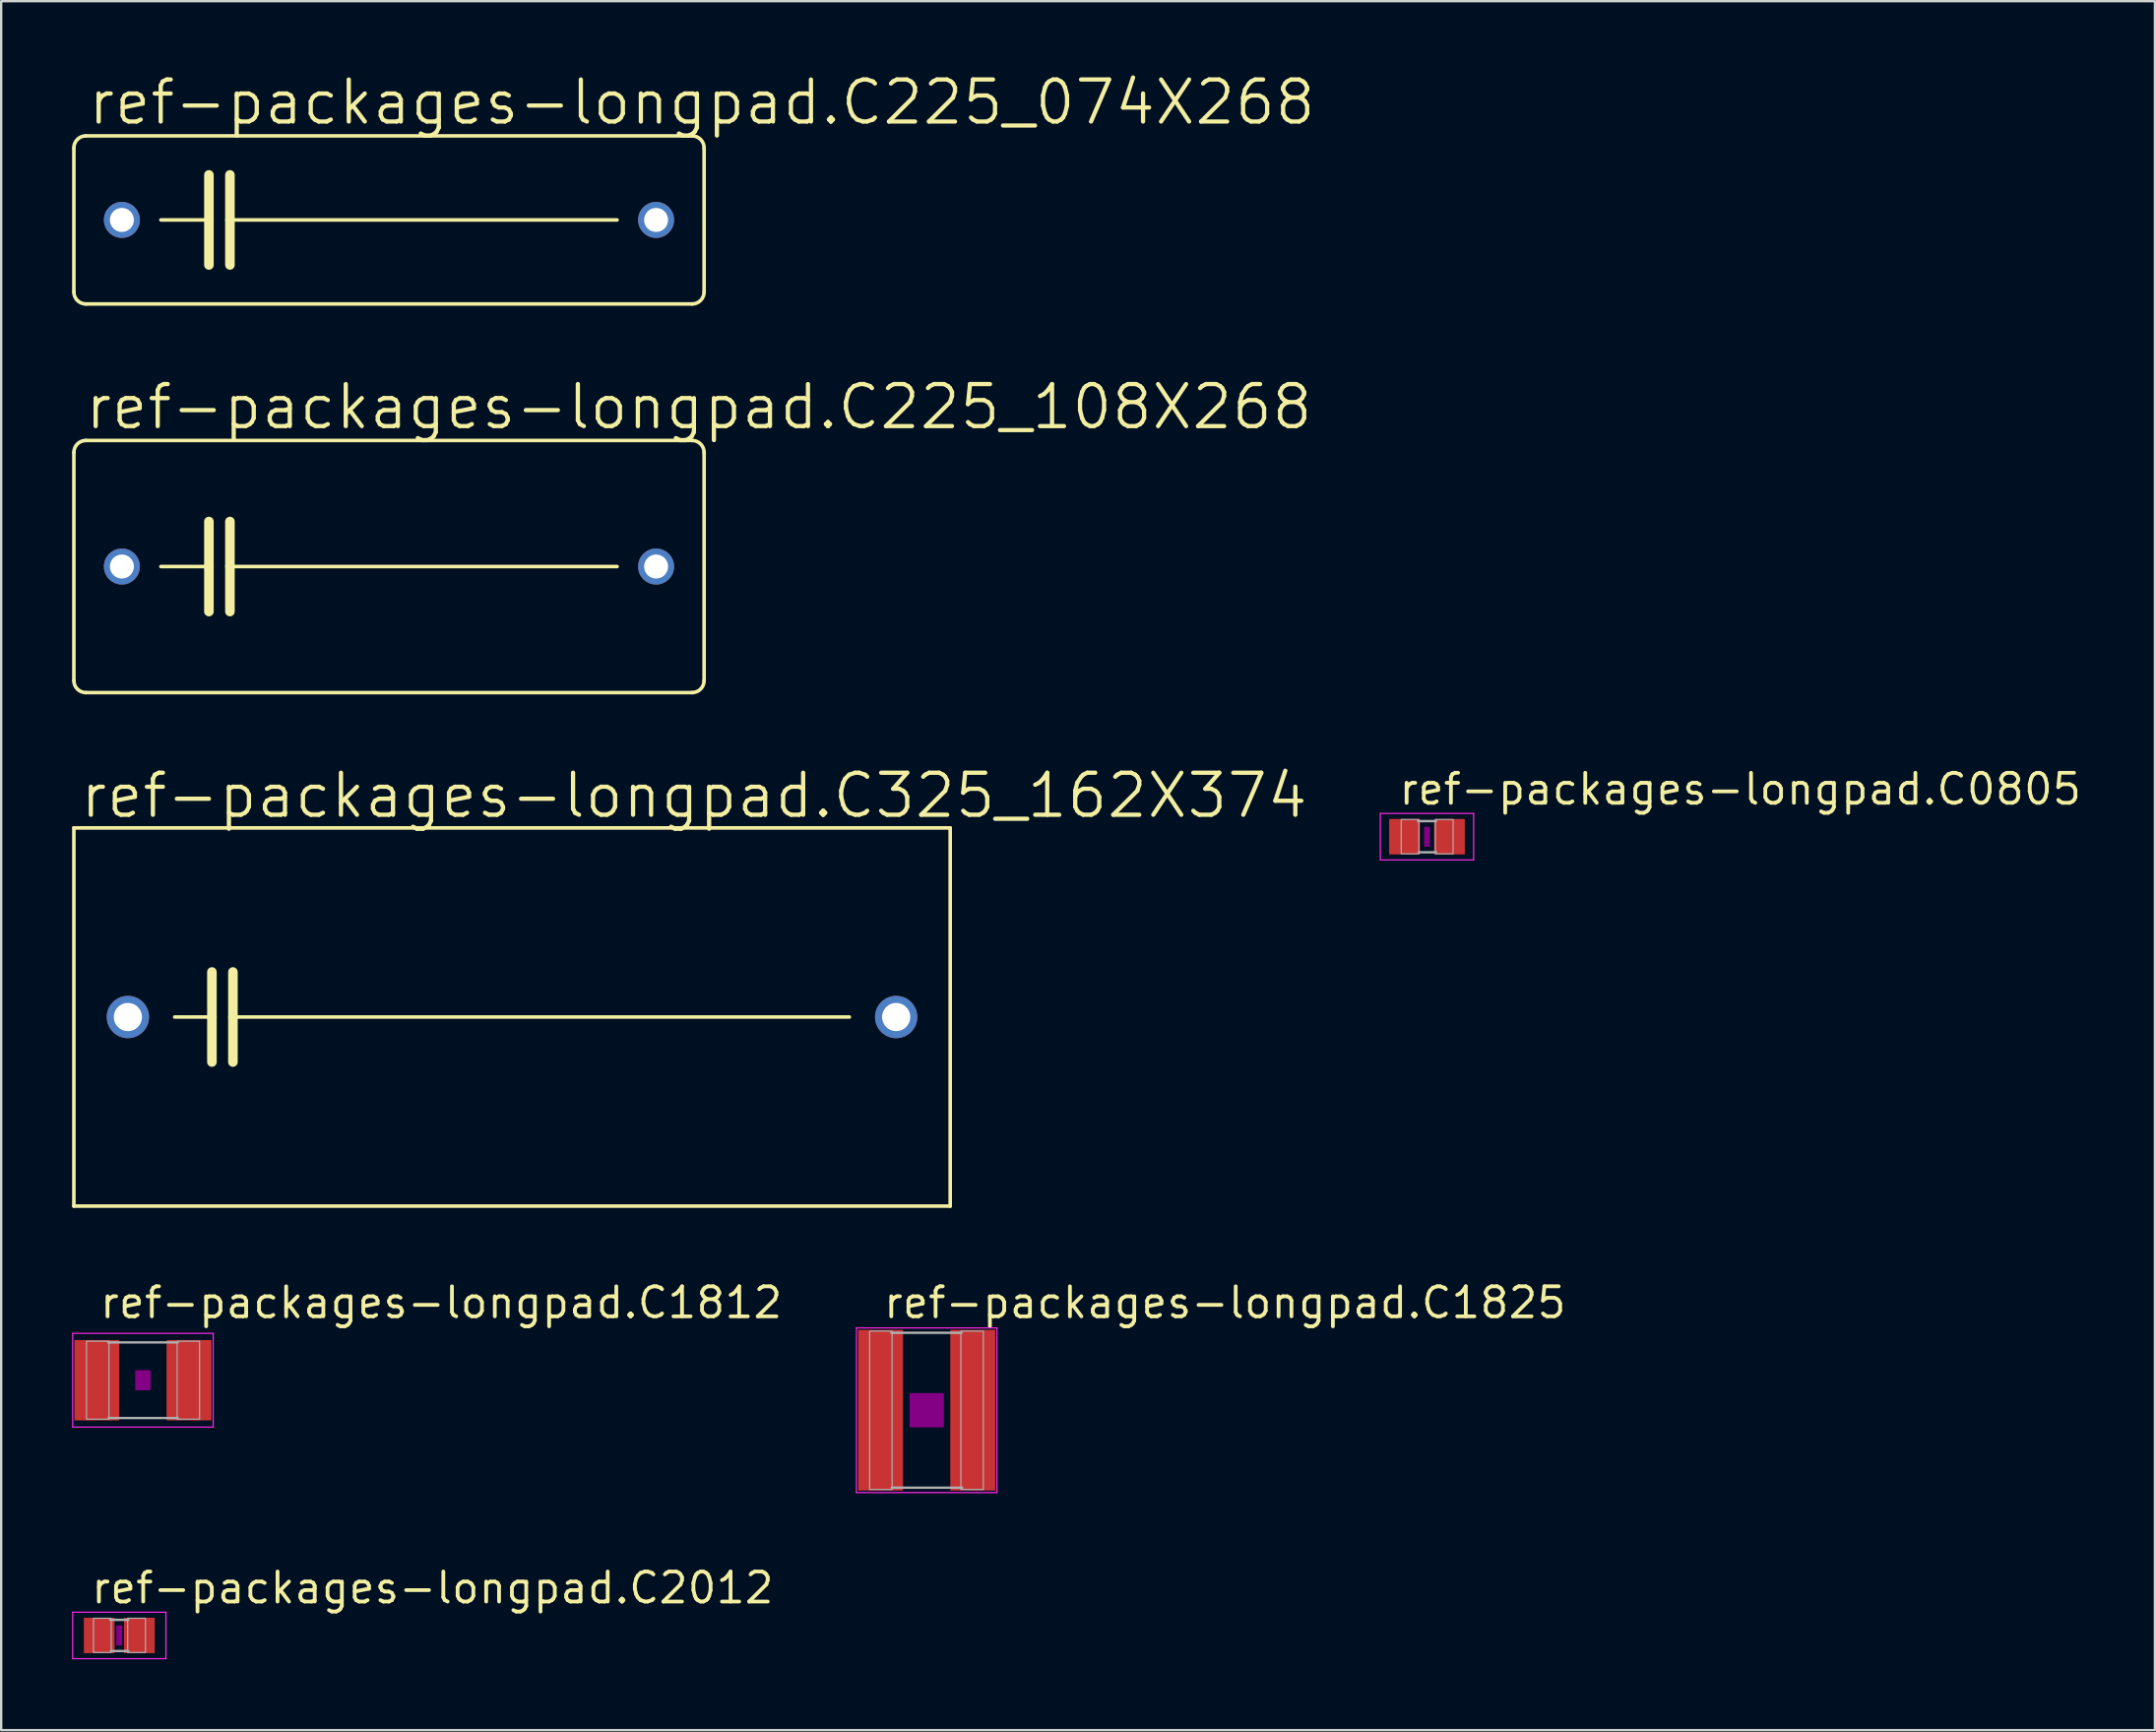
<source format=kicad_pcb>
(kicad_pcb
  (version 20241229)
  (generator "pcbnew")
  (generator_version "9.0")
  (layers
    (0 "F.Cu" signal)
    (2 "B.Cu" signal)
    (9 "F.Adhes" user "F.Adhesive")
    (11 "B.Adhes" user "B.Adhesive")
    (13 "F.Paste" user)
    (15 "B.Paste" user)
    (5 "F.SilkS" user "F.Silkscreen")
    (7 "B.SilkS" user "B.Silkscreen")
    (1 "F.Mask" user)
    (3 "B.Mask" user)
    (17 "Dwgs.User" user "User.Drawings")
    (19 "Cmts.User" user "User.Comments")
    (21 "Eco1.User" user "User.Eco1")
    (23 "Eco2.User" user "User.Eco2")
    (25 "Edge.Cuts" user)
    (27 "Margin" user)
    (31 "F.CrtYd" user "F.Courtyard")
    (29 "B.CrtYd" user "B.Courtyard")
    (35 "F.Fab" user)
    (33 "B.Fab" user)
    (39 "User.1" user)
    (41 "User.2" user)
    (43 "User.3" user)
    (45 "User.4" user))
  (footprint "ref-packages-longpad.C2012"
    (layer "F.Cu")
    (at 1.998 66.145)
    (property "Reference" "ref-packages-longpad.C2012" (at -1.27 -1.27 0) (layer "F.SilkS") (effects (font (size 1.27 1.27) (thickness 0.16)) (justify left bottom)))
    (attr smd)
    (fp_rect (start -0.1 0.4) (end 0.1 -0.4) (stroke (width 0.05) (type default)) (fill yes) (layer "F.Adhes"))
    (fp_line (start -1.973 -0.983) (end 1.973 -0.983) (stroke (width 0.051) (type default)) (layer "F.CrtYd"))
    (fp_line (start -1.973 0.983) (end -1.973 -0.983) (stroke (width 0.051) (type default)) (layer "F.CrtYd"))
    (fp_line (start 1.973 -0.983) (end 1.973 0.983) (stroke (width 0.051) (type default)) (layer "F.CrtYd"))
    (fp_line (start 1.973 0.983) (end -1.973 0.983) (stroke (width 0.051) (type default)) (layer "F.CrtYd"))
    (fp_line (start -0.381 -0.66) (end 0.381 -0.66) (stroke (width 0.102) (type default)) (layer "F.Fab"))
    (fp_line (start -0.356 0.66) (end 0.381 0.66) (stroke (width 0.102) (type default)) (layer "F.Fab"))
    (fp_rect (start -1.092 0.724) (end -0.342 -0.726) (stroke (width 0.05) (type default)) (fill no) (layer "F.Fab"))
    (fp_rect (start 0.356 0.724) (end 1.106 -0.726) (stroke (width 0.05) (type default)) (fill no) (layer "F.Fab"))
    (pad "1" smd roundrect (at -0.85 0) (size 1.3 1.5) (layers "F.Cu" "F.Mask" "F.Paste") (roundrect_rratio 0.01))
    (pad "2" smd roundrect (at 0.85 0) (size 1.3 1.5) (layers "F.Cu" "F.Mask" "F.Paste") (roundrect_rratio 0.01)))
  (footprint "ref-packages-longpad.C1812"
    (layer "F.Cu")
    (at 2.998 55.347)
    (property "Reference" "ref-packages-longpad.C1812" (at -1.905 -2.54 0) (layer "F.SilkS") (effects (font (size 1.27 1.27) (thickness 0.16)) (justify left bottom)))
    (attr smd)
    (fp_rect (start -0.3 0.4) (end 0.3 -0.4) (stroke (width 0.05) (type default)) (fill yes) (layer "F.Adhes"))
    (fp_line (start -2.973 -1.983) (end 2.973 -1.983) (stroke (width 0.051) (type default)) (layer "F.CrtYd"))
    (fp_line (start -2.973 1.983) (end -2.973 -1.983) (stroke (width 0.051) (type default)) (layer "F.CrtYd"))
    (fp_line (start 2.973 -1.983) (end 2.973 1.983) (stroke (width 0.051) (type default)) (layer "F.CrtYd"))
    (fp_line (start 2.973 1.983) (end -2.973 1.983) (stroke (width 0.051) (type default)) (layer "F.CrtYd"))
    (fp_line (start -1.473 -1.6) (end 1.473 -1.6) (stroke (width 0.102) (type default)) (layer "F.Fab"))
    (fp_line (start -1.448 1.6) (end 1.473 1.6) (stroke (width 0.102) (type default)) (layer "F.Fab"))
    (fp_rect (start -2.388 1.651) (end -1.438 -1.649) (stroke (width 0.05) (type default)) (fill no) (layer "F.Fab"))
    (fp_rect (start 1.448 1.651) (end 2.398 -1.649) (stroke (width 0.05) (type default)) (fill no) (layer "F.Fab"))
    (pad "1" smd roundrect (at -1.95 0) (size 1.9 3.4) (layers "F.Cu" "F.Mask" "F.Paste") (roundrect_rratio 0.01))
    (pad "2" smd roundrect (at 1.95 0) (size 1.9 3.4) (layers "F.Cu" "F.Mask" "F.Paste") (roundrect_rratio 0.01)))
  (footprint "ref-packages-longpad.C325_162X374"
    (layer "F.Cu")
    (at 18.618 39.98)
    (property "Reference" "ref-packages-longpad.C325_162X374" (at -18.364 -8.331 0) (layer "F.SilkS") (effects (font (size 1.778 1.778) (thickness 0.18)) (justify left bottom)))
    (attr through_hole)
    (fp_line (start -18.542 -8.001) (end -18.542 8.001) (stroke (width 0.152) (type default)) (layer "F.SilkS"))
    (fp_line (start -18.542 8.001) (end 18.542 8.001) (stroke (width 0.152) (type default)) (layer "F.SilkS"))
    (fp_line (start -14.275 0) (end -12.7 0) (stroke (width 0.152) (type default)) (layer "F.SilkS"))
    (fp_line (start -12.7 -1.905) (end -12.7 0) (stroke (width 0.406) (type default)) (layer "F.SilkS"))
    (fp_line (start -12.7 0) (end -12.7 1.905) (stroke (width 0.406) (type default)) (layer "F.SilkS"))
    (fp_line (start -11.811 -1.905) (end -11.811 0) (stroke (width 0.406) (type default)) (layer "F.SilkS"))
    (fp_line (start -11.811 0) (end -11.811 1.905) (stroke (width 0.406) (type default)) (layer "F.SilkS"))
    (fp_line (start -11.811 0) (end 14.275 0) (stroke (width 0.152) (type default)) (layer "F.SilkS"))
    (fp_line (start 18.542 -8.001) (end -18.542 -8.001) (stroke (width 0.152) (type default)) (layer "F.SilkS"))
    (fp_line (start 18.542 -8.001) (end 18.542 8.001) (stroke (width 0.152) (type default)) (layer "F.SilkS"))
    (pad "1" thru_hole circle (at -16.256 0) (size 1.791 1.791) (drill 1.194) (layers "*.Cu" "*.Mask"))
    (pad "2" thru_hole circle (at 16.256 0) (size 1.791 1.791) (drill 1.194) (layers "*.Cu" "*.Mask")))
  (footprint "ref-packages-longpad.C0805"
    (layer "F.Cu")
    (at 57.337 32.35)
    (property "Reference" "ref-packages-longpad.C0805" (at -1.27 -1.27 0) (layer "F.SilkS") (effects (font (size 1.27 1.27) (thickness 0.16)) (justify left bottom)))
    (attr smd)
    (fp_rect (start -0.1 0.4) (end 0.1 -0.4) (stroke (width 0.05) (type default)) (fill yes) (layer "F.Adhes"))
    (fp_line (start -1.973 -0.983) (end 1.973 -0.983) (stroke (width 0.051) (type default)) (layer "F.CrtYd"))
    (fp_line (start -1.973 0.983) (end -1.973 -0.983) (stroke (width 0.051) (type default)) (layer "F.CrtYd"))
    (fp_line (start 1.973 -0.983) (end 1.973 0.983) (stroke (width 0.051) (type default)) (layer "F.CrtYd"))
    (fp_line (start 1.973 0.983) (end -1.973 0.983) (stroke (width 0.051) (type default)) (layer "F.CrtYd"))
    (fp_line (start -0.381 -0.66) (end 0.381 -0.66) (stroke (width 0.102) (type default)) (layer "F.Fab"))
    (fp_line (start -0.356 0.66) (end 0.381 0.66) (stroke (width 0.102) (type default)) (layer "F.Fab"))
    (fp_rect (start -1.092 0.724) (end -0.342 -0.726) (stroke (width 0.05) (type default)) (fill no) (layer "F.Fab"))
    (fp_rect (start 0.356 0.724) (end 1.106 -0.726) (stroke (width 0.05) (type default)) (fill no) (layer "F.Fab"))
    (pad "1" smd roundrect (at -0.95 0) (size 1.3 1.5) (layers "F.Cu" "F.Mask" "F.Paste") (roundrect_rratio 0.01))
    (pad "2" smd roundrect (at 0.95 0) (size 1.3 1.5) (layers "F.Cu" "F.Mask" "F.Paste") (roundrect_rratio 0.01)))
  (footprint "ref-packages-longpad.C1825"
    (layer "F.Cu")
    (at 36.165 56.617)
    (property "Reference" "ref-packages-longpad.C1825" (at -1.905 -3.81 0) (layer "F.SilkS") (effects (font (size 1.27 1.27) (thickness 0.16)) (justify left bottom)))
    (attr smd)
    (fp_rect (start -0.7 0.7) (end 0.7 -0.7) (stroke (width 0.05) (type default)) (fill yes) (layer "F.Adhes"))
    (fp_line (start -2.973 -3.483) (end 2.973 -3.483) (stroke (width 0.051) (type default)) (layer "F.CrtYd"))
    (fp_line (start -2.973 3.483) (end -2.973 -3.483) (stroke (width 0.051) (type default)) (layer "F.CrtYd"))
    (fp_line (start 2.973 -3.483) (end 2.973 3.483) (stroke (width 0.051) (type default)) (layer "F.CrtYd"))
    (fp_line (start 2.973 3.483) (end -2.973 3.483) (stroke (width 0.051) (type default)) (layer "F.CrtYd"))
    (fp_line (start -1.499 -3.277) (end 1.473 -3.277) (stroke (width 0.102) (type default)) (layer "F.Fab"))
    (fp_line (start -1.473 3.277) (end 1.499 3.277) (stroke (width 0.102) (type default)) (layer "F.Fab"))
    (fp_rect (start -2.413 3.353) (end -1.463 -3.347) (stroke (width 0.05) (type default)) (fill no) (layer "F.Fab"))
    (fp_rect (start 1.448 3.353) (end 2.398 -3.347) (stroke (width 0.05) (type default)) (fill no) (layer "F.Fab"))
    (pad "1" smd roundrect (at -1.95 0) (size 1.9 6.8) (layers "F.Cu" "F.Mask" "F.Paste") (roundrect_rratio 0.01))
    (pad "2" smd roundrect (at 1.95 0) (size 1.9 6.8) (layers "F.Cu" "F.Mask" "F.Paste") (roundrect_rratio 0.01)))
  (footprint "ref-packages-longpad.C225_074X268"
    (layer "F.Cu")
    (at 13.411 6.255)
    (property "Reference" "ref-packages-longpad.C225_074X268" (at -12.827 -3.937 0) (layer "F.SilkS") (effects (font (size 1.778 1.778) (thickness 0.18)) (justify left bottom)))
    (attr through_hole)
    (fp_line (start -13.335 3.048) (end -13.335 -3.048) (stroke (width 0.152) (type default)) (layer "F.SilkS"))
    (fp_line (start -12.827 -3.556) (end 12.827 -3.556) (stroke (width 0.152) (type default)) (layer "F.SilkS"))
    (fp_line (start -9.652 0) (end -7.62 0) (stroke (width 0.152) (type default)) (layer "F.SilkS"))
    (fp_line (start -7.62 -1.905) (end -7.62 0) (stroke (width 0.406) (type default)) (layer "F.SilkS"))
    (fp_line (start -7.62 0) (end -7.62 1.905) (stroke (width 0.406) (type default)) (layer "F.SilkS"))
    (fp_line (start -6.731 -1.905) (end -6.731 0) (stroke (width 0.406) (type default)) (layer "F.SilkS"))
    (fp_line (start -6.731 0) (end -6.731 1.905) (stroke (width 0.406) (type default)) (layer "F.SilkS"))
    (fp_line (start -6.731 0) (end 9.652 0) (stroke (width 0.152) (type default)) (layer "F.SilkS"))
    (fp_line (start 12.827 3.556) (end -12.827 3.556) (stroke (width 0.152) (type default)) (layer "F.SilkS"))
    (fp_line (start 13.335 -3.048) (end 13.335 3.048) (stroke (width 0.152) (type default)) (layer "F.SilkS"))
    (fp_arc (start -13.335 -3.048) (mid -13.18621 -3.40721) (end -12.827 -3.556) (stroke (width 0.1524) (type default)) (layer "F.SilkS"))
    (fp_arc (start -12.827 3.556) (mid -13.18621 3.40721) (end -13.335 3.048) (stroke (width 0.1524) (type default)) (layer "F.SilkS"))
    (fp_arc (start 12.827 -3.556) (mid 13.18621 -3.40721) (end 13.335 -3.048) (stroke (width 0.1524) (type default)) (layer "F.SilkS"))
    (fp_arc (start 13.335 3.048) (mid 13.18621 3.40721) (end 12.827 3.556) (stroke (width 0.1524) (type default)) (layer "F.SilkS"))
    (pad "1" thru_hole circle (at -11.303 0) (size 1.524 1.524) (drill 1.016) (layers "*.Cu" "*.Mask"))
    (pad "2" thru_hole circle (at 11.303 0) (size 1.524 1.524) (drill 1.016) (layers "*.Cu" "*.Mask")))
  (footprint "ref-packages-longpad.C225_108X268"
    (layer "F.Cu")
    (at 13.411 20.92)
    (property "Reference" "ref-packages-longpad.C225_108X268" (at -12.954 -5.715 0) (layer "F.SilkS") (effects (font (size 1.778 1.778) (thickness 0.18)) (justify left bottom)))
    (attr through_hole)
    (fp_line (start -13.335 4.826) (end -13.335 -4.826) (stroke (width 0.152) (type default)) (layer "F.SilkS"))
    (fp_line (start -12.827 -5.334) (end 12.827 -5.334) (stroke (width 0.152) (type default)) (layer "F.SilkS"))
    (fp_line (start -9.652 0) (end -7.62 0) (stroke (width 0.152) (type default)) (layer "F.SilkS"))
    (fp_line (start -7.62 -1.905) (end -7.62 0) (stroke (width 0.406) (type default)) (layer "F.SilkS"))
    (fp_line (start -7.62 0) (end -7.62 1.905) (stroke (width 0.406) (type default)) (layer "F.SilkS"))
    (fp_line (start -6.731 -1.905) (end -6.731 0) (stroke (width 0.406) (type default)) (layer "F.SilkS"))
    (fp_line (start -6.731 0) (end -6.731 1.905) (stroke (width 0.406) (type default)) (layer "F.SilkS"))
    (fp_line (start -6.731 0) (end 9.652 0) (stroke (width 0.152) (type default)) (layer "F.SilkS"))
    (fp_line (start 12.827 5.334) (end -12.827 5.334) (stroke (width 0.152) (type default)) (layer "F.SilkS"))
    (fp_line (start 13.335 -4.826) (end 13.335 4.826) (stroke (width 0.152) (type default)) (layer "F.SilkS"))
    (fp_arc (start -13.335 -4.826) (mid -13.18621 -5.18521) (end -12.827 -5.334) (stroke (width 0.1524) (type default)) (layer "F.SilkS"))
    (fp_arc (start -12.827 5.334) (mid -13.18621 5.18521) (end -13.335 4.826) (stroke (width 0.1524) (type default)) (layer "F.SilkS"))
    (fp_arc (start 12.827 -5.334) (mid 13.18621 -5.18521) (end 13.335 -4.826) (stroke (width 0.1524) (type default)) (layer "F.SilkS"))
    (fp_arc (start 13.335 4.826) (mid 13.18621 5.18521) (end 12.827 5.334) (stroke (width 0.1524) (type default)) (layer "F.SilkS"))
    (pad "1" thru_hole circle (at -11.303 0) (size 1.524 1.524) (drill 1.016) (layers "*.Cu" "*.Mask"))
    (pad "2" thru_hole circle (at 11.303 0) (size 1.524 1.524) (drill 1.016) (layers "*.Cu" "*.Mask")))
  (gr_rect
    (start -3 -3)
    (end 88.141 70.154)
    (stroke (width 0.1) (type default))
    (fill no)
    (layer "Edge.Cuts")))
</source>
